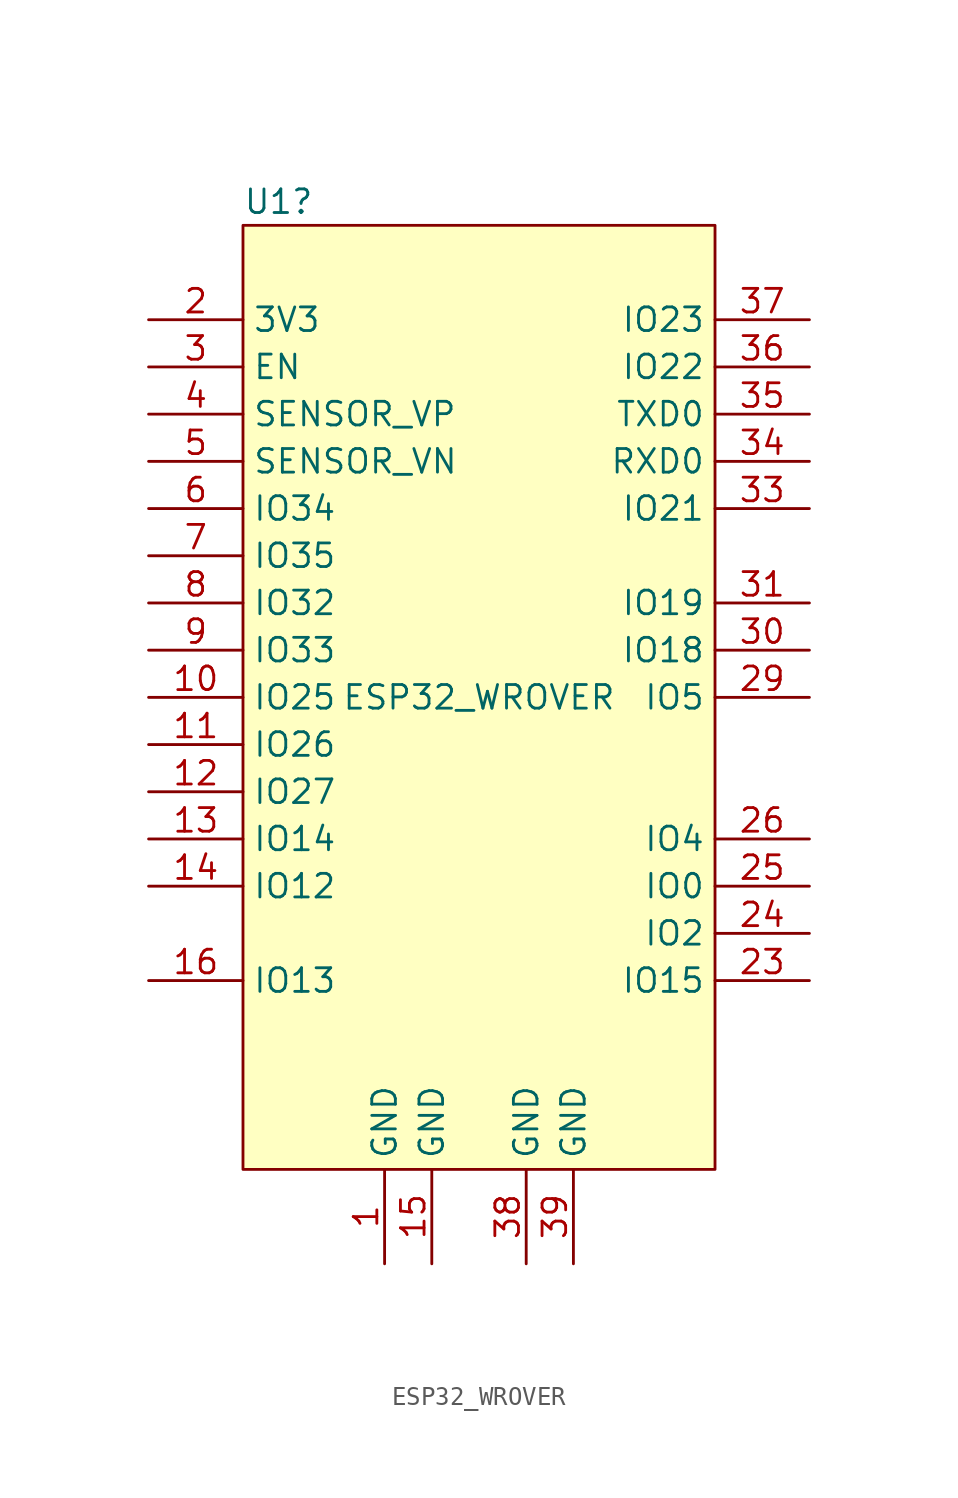
<source format=kicad_sym>
(kicad_symbol_lib
  (version 20211014)
  (generator kicad_symbol_editor)
  (symbol "ESP32_WROVER"
    (property "Reference" "U1"
      (at -12.7 26.67 0)
      (effects (font (size 1.27 1.27)) (justify left)))
    (property "Value" "ESP32_WROVER"
      (at 0 0 0)
      (effects (font (size 1.27 1.27))))
    (symbol "ESP32_WROVER_0_0"
      (pin power_in line (at -5.08 -30.48 90) (length 5.08) (name "GND" (effects (font (size 1.27 1.27)))) (number "1" (effects (font (size 1.27 1.27)))))
      (pin bidirectional line (at -17.78 0 0) (length 5.08) (name "IO25" (effects (font (size 1.27 1.27)))) (number "10" (effects (font (size 1.27 1.27)))))
      (pin bidirectional line (at -17.78 -2.54 0) (length 5.08) (name "IO26" (effects (font (size 1.27 1.27)))) (number "11" (effects (font (size 1.27 1.27)))))
      (pin bidirectional line (at -17.78 -5.08 0) (length 5.08) (name "IO27" (effects (font (size 1.27 1.27)))) (number "12" (effects (font (size 1.27 1.27)))))
      (pin bidirectional line (at -17.78 -7.62 0) (length 5.08) (name "IO14" (effects (font (size 1.27 1.27)))) (number "13" (effects (font (size 1.27 1.27)))))
      (pin bidirectional line (at -17.78 -10.16 0) (length 5.08) (name "IO12" (effects (font (size 1.27 1.27)))) (number "14" (effects (font (size 1.27 1.27)))))
      (pin power_in line (at -2.54 -30.48 90) (length 5.08) (name "GND" (effects (font (size 1.27 1.27)))) (number "15" (effects (font (size 1.27 1.27)))))
      (pin bidirectional line (at -17.78 -15.24 0) (length 5.08) (name "IO13" (effects (font (size 1.27 1.27)))) (number "16" (effects (font (size 1.27 1.27)))))
      (pin no_connect line (at -17.78 -17.78 0) (length 5.08) hide (name "SD2" (effects (font (size 1.27 1.27)))) (number "17" (effects (font (size 1.27 1.27)))))
      (pin no_connect line (at -17.78 -20.32 0) (length 5.08) hide (name "SD3" (effects (font (size 1.27 1.27)))) (number "18" (effects (font (size 1.27 1.27)))))
      (pin no_connect line (at -17.78 -22.86 0) (length 5.08) hide (name "CMD" (effects (font (size 1.27 1.27)))) (number "19" (effects (font (size 1.27 1.27)))))
      (pin power_in line (at -17.78 20.32 0) (length 5.08) (name "3V3" (effects (font (size 1.27 1.27)))) (number "2" (effects (font (size 1.27 1.27)))))
      (pin no_connect line (at 17.78 -22.86 180) (length 5.08) hide (name "CLK" (effects (font (size 1.27 1.27)))) (number "20" (effects (font (size 1.27 1.27)))))
      (pin no_connect line (at 17.78 -20.32 180) (length 5.08) hide (name "SD0" (effects (font (size 1.27 1.27)))) (number "21" (effects (font (size 1.27 1.27)))))
      (pin no_connect line (at 17.78 -17.78 180) (length 5.08) hide (name "SD1" (effects (font (size 1.27 1.27)))) (number "22" (effects (font (size 1.27 1.27)))))
      (pin bidirectional line (at 17.78 -15.24 180) (length 5.08) (name "IO15" (effects (font (size 1.27 1.27)))) (number "23" (effects (font (size 1.27 1.27)))))
      (pin bidirectional line (at 17.78 -12.7 180) (length 5.08) (name "IO2" (effects (font (size 1.27 1.27)))) (number "24" (effects (font (size 1.27 1.27)))))
      (pin bidirectional line (at 17.78 -10.16 180) (length 5.08) (name "IO0" (effects (font (size 1.27 1.27)))) (number "25" (effects (font (size 1.27 1.27)))))
      (pin bidirectional line (at 17.78 -7.62 180) (length 5.08) (name "IO4" (effects (font (size 1.27 1.27)))) (number "26" (effects (font (size 1.27 1.27)))))
      (pin no_connect line (at 17.78 -5.08 180) (length 5.08) hide (name "NC" (effects (font (size 1.27 1.27)))) (number "27" (effects (font (size 1.27 1.27)))))
      (pin no_connect line (at 17.78 -2.54 180) (length 5.08) hide (name "NC" (effects (font (size 1.27 1.27)))) (number "28" (effects (font (size 1.27 1.27)))))
      (pin bidirectional line (at 17.78 0 180) (length 5.08) (name "IO5" (effects (font (size 1.27 1.27)))) (number "29" (effects (font (size 1.27 1.27)))))
      (pin input line (at -17.78 17.78 0) (length 5.08) (name "EN" (effects (font (size 1.27 1.27)))) (number "3" (effects (font (size 1.27 1.27)))))
      (pin bidirectional line (at 17.78 2.54 180) (length 5.08) (name "IO18" (effects (font (size 1.27 1.27)))) (number "30" (effects (font (size 1.27 1.27)))))
      (pin bidirectional line (at 17.78 5.08 180) (length 5.08) (name "IO19" (effects (font (size 1.27 1.27)))) (number "31" (effects (font (size 1.27 1.27)))))
      (pin no_connect line (at 17.78 7.62 180) (length 5.08) hide (name "NC" (effects (font (size 1.27 1.27)))) (number "32" (effects (font (size 1.27 1.27)))))
      (pin bidirectional line (at 17.78 10.16 180) (length 5.08) (name "IO21" (effects (font (size 1.27 1.27)))) (number "33" (effects (font (size 1.27 1.27)))))
      (pin bidirectional line (at 17.78 12.7 180) (length 5.08) (name "RXD0" (effects (font (size 1.27 1.27)))) (number "34" (effects (font (size 1.27 1.27)))))
      (pin bidirectional line (at 17.78 15.24 180) (length 5.08) (name "TXD0" (effects (font (size 1.27 1.27)))) (number "35" (effects (font (size 1.27 1.27)))))
      (pin bidirectional line (at 17.78 17.78 180) (length 5.08) (name "IO22" (effects (font (size 1.27 1.27)))) (number "36" (effects (font (size 1.27 1.27)))))
      (pin bidirectional line (at 17.78 20.32 180) (length 5.08) (name "IO23" (effects (font (size 1.27 1.27)))) (number "37" (effects (font (size 1.27 1.27)))))
      (pin power_in line (at 2.54 -30.48 90) (length 5.08) (name "GND" (effects (font (size 1.27 1.27)))) (number "38" (effects (font (size 1.27 1.27)))))
      (pin power_in line (at 5.08 -30.48 90) (length 5.08) (name "GND" (effects (font (size 1.27 1.27)))) (number "39" (effects (font (size 1.27 1.27)))))
      (pin input line (at -17.78 15.24 0) (length 5.08) (name "SENSOR_VP" (effects (font (size 1.27 1.27)))) (number "4" (effects (font (size 1.27 1.27)))))
      (pin input line (at -17.78 12.7 0) (length 5.08) (name "SENSOR_VN" (effects (font (size 1.27 1.27)))) (number "5" (effects (font (size 1.27 1.27)))))
      (pin bidirectional line (at -17.78 10.16 0) (length 5.08) (name "IO34" (effects (font (size 1.27 1.27)))) (number "6" (effects (font (size 1.27 1.27)))))
      (pin bidirectional line (at -17.78 7.62 0) (length 5.08) (name "IO35" (effects (font (size 1.27 1.27)))) (number "7" (effects (font (size 1.27 1.27)))))
      (pin bidirectional line (at -17.78 5.08 0) (length 5.08) (name "IO32" (effects (font (size 1.27 1.27)))) (number "8" (effects (font (size 1.27 1.27)))))
      (pin bidirectional line (at -17.78 2.54 0) (length 5.08) (name "IO33" (effects (font (size 1.27 1.27)))) (number "9" (effects (font (size 1.27 1.27))))))
    (symbol "ESP32_WROVER_0_1"
      (rectangle (start -12.7 25.4) (end 12.7 -25.4) (stroke (width 0.152) (type default) (color 0 0 0 0)) (fill (type background))))))
</source>
